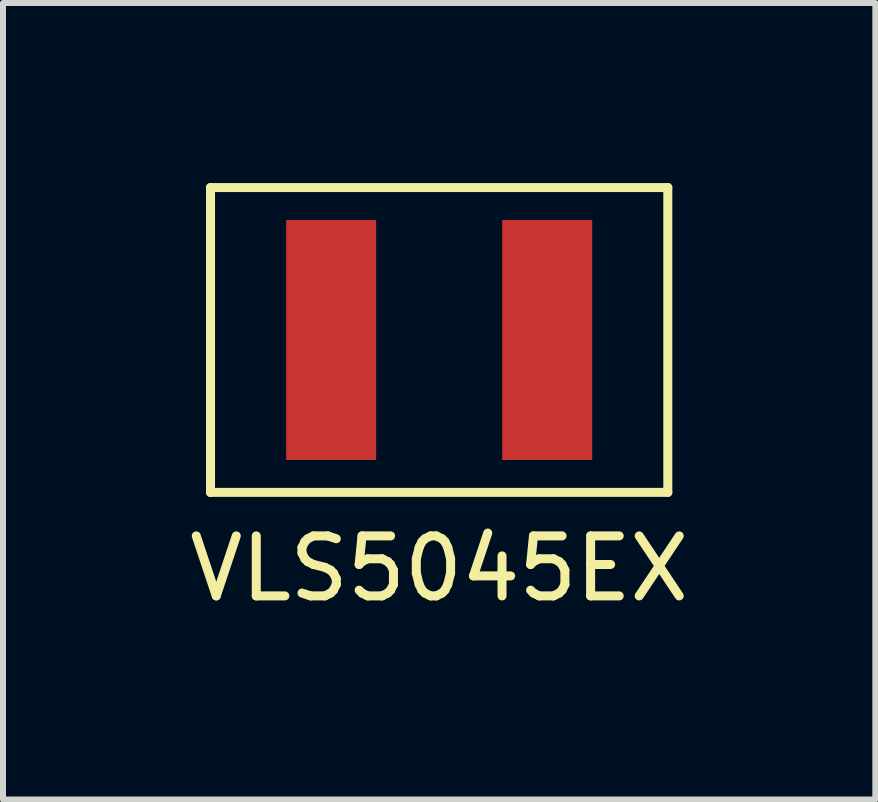
<source format=kicad_pcb>
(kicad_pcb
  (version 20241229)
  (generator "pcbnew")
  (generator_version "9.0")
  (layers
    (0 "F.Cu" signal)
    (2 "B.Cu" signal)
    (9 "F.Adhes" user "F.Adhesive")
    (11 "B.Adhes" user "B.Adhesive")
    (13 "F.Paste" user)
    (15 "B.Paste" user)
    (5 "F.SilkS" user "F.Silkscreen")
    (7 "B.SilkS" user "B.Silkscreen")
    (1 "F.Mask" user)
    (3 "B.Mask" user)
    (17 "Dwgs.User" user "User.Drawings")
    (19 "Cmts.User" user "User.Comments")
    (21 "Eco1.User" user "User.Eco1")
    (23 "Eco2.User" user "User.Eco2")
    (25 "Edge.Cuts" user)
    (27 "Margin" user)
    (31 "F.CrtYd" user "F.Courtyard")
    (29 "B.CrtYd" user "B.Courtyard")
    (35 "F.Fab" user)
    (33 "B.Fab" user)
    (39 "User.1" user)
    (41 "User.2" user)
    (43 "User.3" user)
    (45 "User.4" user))
  (footprint "VLS5045EX"
    (layer "F.Cu")
    (at 4.268 2.615)
    (property "Reference" "VLS5045EX" (at 0 3.81 0) (layer "F.SilkS") (effects (font (size 1 1) (thickness 0.15))))
    (attr through_hole)
    (fp_line (start -3.81 -2.54) (end 3.81 -2.54) (stroke (width 0.15) (type solid)) (layer "F.SilkS"))
    (fp_line (start -3.81 2.54) (end -3.81 -2.54) (stroke (width 0.15) (type solid)) (layer "F.SilkS"))
    (fp_line (start 3.81 -2.54) (end 3.81 2.54) (stroke (width 0.15) (type solid)) (layer "F.SilkS"))
    (fp_line (start 3.81 2.54) (end -3.81 2.54) (stroke (width 0.15) (type solid)) (layer "F.SilkS"))
    (pad "1" smd rect (at -1.8 0) (size 1.5 4) (layers "F.Cu" "F.Mask" "F.Paste"))
    (pad "2" smd rect (at 1.8 0) (size 1.5 4) (layers "F.Cu" "F.Mask" "F.Paste")))
  (gr_rect
    (start -3 -3)
    (end 11.536 10.273)
    (stroke (width 0.1) (type default))
    (fill no)
    (layer "Edge.Cuts")))
</source>
